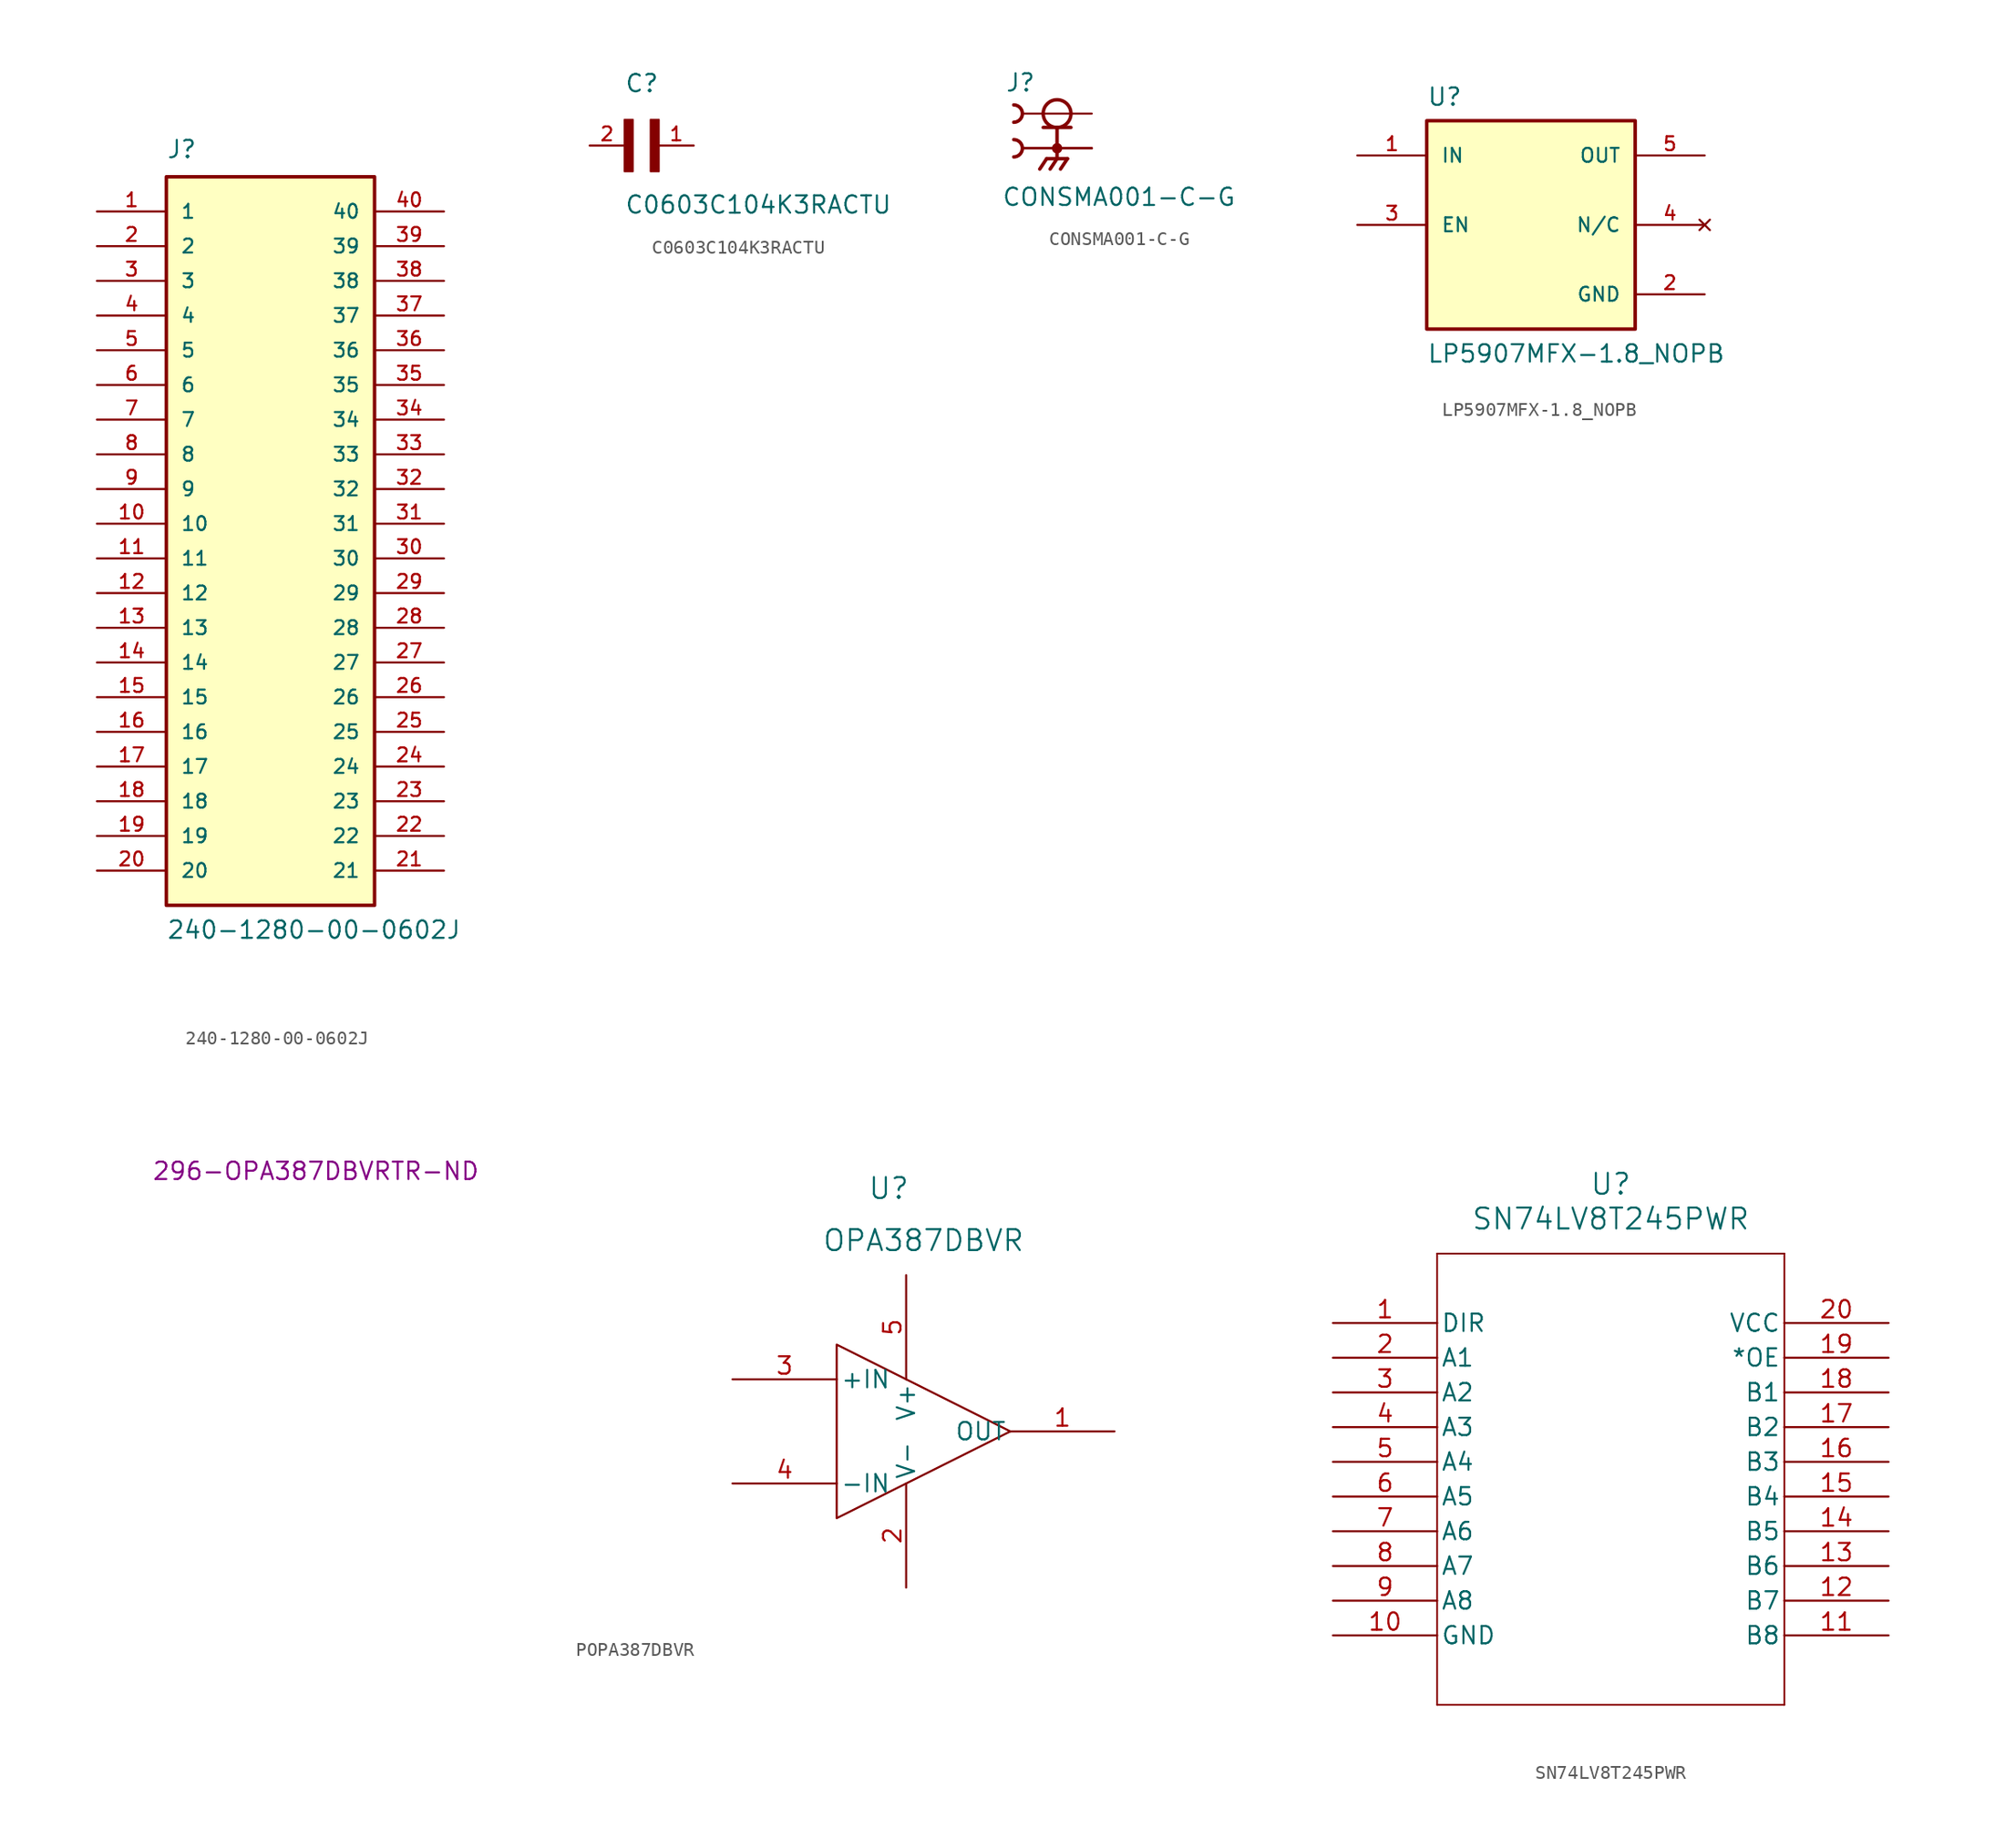
<source format=kicad_sym>
(kicad_symbol_lib
  (version 20231120)
  (generator "kicad_symbol_editor")
  (generator_version "8.0")
  (symbol "240-1280-00-0602J"
    (pin_names
      (offset 1.016))
    (property "Reference" "J"
      (at -63.5 27.94 0)
      (effects (font (size 1.27 1.27)) (justify left bottom)))
    (property "Value" "240-1280-00-0602J"
      (at -63.5 -29.21 0)
      (effects (font (size 1.27 1.27)) (justify left bottom)))
    (symbol "240-1280-00-0602J_0_0"
      (rectangle (start -63.5 26.67) (end -48.26 -26.67) (stroke (width 0.254) (type solid)) (fill (type background)))
      (pin passive line (at -68.58 24.13 0) (length 5.08) (name "1" (effects (font (size 1.016 1.016)))) (number "1" (effects (font (size 1.016 1.016)))))
      (pin passive line (at -68.58 1.27 0) (length 5.08) (name "10" (effects (font (size 1.016 1.016)))) (number "10" (effects (font (size 1.016 1.016)))))
      (pin passive line (at -68.58 -1.27 0) (length 5.08) (name "11" (effects (font (size 1.016 1.016)))) (number "11" (effects (font (size 1.016 1.016)))))
      (pin passive line (at -68.58 -3.81 0) (length 5.08) (name "12" (effects (font (size 1.016 1.016)))) (number "12" (effects (font (size 1.016 1.016)))))
      (pin passive line (at -68.58 -6.35 0) (length 5.08) (name "13" (effects (font (size 1.016 1.016)))) (number "13" (effects (font (size 1.016 1.016)))))
      (pin passive line (at -68.58 -8.89 0) (length 5.08) (name "14" (effects (font (size 1.016 1.016)))) (number "14" (effects (font (size 1.016 1.016)))))
      (pin passive line (at -68.58 -11.43 0) (length 5.08) (name "15" (effects (font (size 1.016 1.016)))) (number "15" (effects (font (size 1.016 1.016)))))
      (pin passive line (at -68.58 -13.97 0) (length 5.08) (name "16" (effects (font (size 1.016 1.016)))) (number "16" (effects (font (size 1.016 1.016)))))
      (pin passive line (at -68.58 -16.51 0) (length 5.08) (name "17" (effects (font (size 1.016 1.016)))) (number "17" (effects (font (size 1.016 1.016)))))
      (pin passive line (at -68.58 -19.05 0) (length 5.08) (name "18" (effects (font (size 1.016 1.016)))) (number "18" (effects (font (size 1.016 1.016)))))
      (pin passive line (at -68.58 -21.59 0) (length 5.08) (name "19" (effects (font (size 1.016 1.016)))) (number "19" (effects (font (size 1.016 1.016)))))
      (pin passive line (at -68.58 21.59 0) (length 5.08) (name "2" (effects (font (size 1.016 1.016)))) (number "2" (effects (font (size 1.016 1.016)))))
      (pin passive line (at -68.58 -24.13 0) (length 5.08) (name "20" (effects (font (size 1.016 1.016)))) (number "20" (effects (font (size 1.016 1.016)))))
      (pin passive line (at -43.18 -24.13 180) (length 5.08) (name "21" (effects (font (size 1.016 1.016)))) (number "21" (effects (font (size 1.016 1.016)))))
      (pin passive line (at -43.18 -21.59 180) (length 5.08) (name "22" (effects (font (size 1.016 1.016)))) (number "22" (effects (font (size 1.016 1.016)))))
      (pin passive line (at -43.18 -19.05 180) (length 5.08) (name "23" (effects (font (size 1.016 1.016)))) (number "23" (effects (font (size 1.016 1.016)))))
      (pin passive line (at -43.18 -16.51 180) (length 5.08) (name "24" (effects (font (size 1.016 1.016)))) (number "24" (effects (font (size 1.016 1.016)))))
      (pin passive line (at -43.18 -13.97 180) (length 5.08) (name "25" (effects (font (size 1.016 1.016)))) (number "25" (effects (font (size 1.016 1.016)))))
      (pin passive line (at -43.18 -11.43 180) (length 5.08) (name "26" (effects (font (size 1.016 1.016)))) (number "26" (effects (font (size 1.016 1.016)))))
      (pin passive line (at -43.18 -8.89 180) (length 5.08) (name "27" (effects (font (size 1.016 1.016)))) (number "27" (effects (font (size 1.016 1.016)))))
      (pin passive line (at -43.18 -6.35 180) (length 5.08) (name "28" (effects (font (size 1.016 1.016)))) (number "28" (effects (font (size 1.016 1.016)))))
      (pin passive line (at -43.18 -3.81 180) (length 5.08) (name "29" (effects (font (size 1.016 1.016)))) (number "29" (effects (font (size 1.016 1.016)))))
      (pin passive line (at -68.58 19.05 0) (length 5.08) (name "3" (effects (font (size 1.016 1.016)))) (number "3" (effects (font (size 1.016 1.016)))))
      (pin passive line (at -43.18 -1.27 180) (length 5.08) (name "30" (effects (font (size 1.016 1.016)))) (number "30" (effects (font (size 1.016 1.016)))))
      (pin passive line (at -43.18 1.27 180) (length 5.08) (name "31" (effects (font (size 1.016 1.016)))) (number "31" (effects (font (size 1.016 1.016)))))
      (pin passive line (at -43.18 3.81 180) (length 5.08) (name "32" (effects (font (size 1.016 1.016)))) (number "32" (effects (font (size 1.016 1.016)))))
      (pin passive line (at -43.18 6.35 180) (length 5.08) (name "33" (effects (font (size 1.016 1.016)))) (number "33" (effects (font (size 1.016 1.016)))))
      (pin passive line (at -43.18 8.89 180) (length 5.08) (name "34" (effects (font (size 1.016 1.016)))) (number "34" (effects (font (size 1.016 1.016)))))
      (pin passive line (at -43.18 11.43 180) (length 5.08) (name "35" (effects (font (size 1.016 1.016)))) (number "35" (effects (font (size 1.016 1.016)))))
      (pin passive line (at -43.18 13.97 180) (length 5.08) (name "36" (effects (font (size 1.016 1.016)))) (number "36" (effects (font (size 1.016 1.016)))))
      (pin passive line (at -43.18 16.51 180) (length 5.08) (name "37" (effects (font (size 1.016 1.016)))) (number "37" (effects (font (size 1.016 1.016)))))
      (pin passive line (at -43.18 19.05 180) (length 5.08) (name "38" (effects (font (size 1.016 1.016)))) (number "38" (effects (font (size 1.016 1.016)))))
      (pin passive line (at -43.18 21.59 180) (length 5.08) (name "39" (effects (font (size 1.016 1.016)))) (number "39" (effects (font (size 1.016 1.016)))))
      (pin passive line (at -68.58 16.51 0) (length 5.08) (name "4" (effects (font (size 1.016 1.016)))) (number "4" (effects (font (size 1.016 1.016)))))
      (pin passive line (at -43.18 24.13 180) (length 5.08) (name "40" (effects (font (size 1.016 1.016)))) (number "40" (effects (font (size 1.016 1.016)))))
      (pin passive line (at -68.58 13.97 0) (length 5.08) (name "5" (effects (font (size 1.016 1.016)))) (number "5" (effects (font (size 1.016 1.016)))))
      (pin passive line (at -68.58 11.43 0) (length 5.08) (name "6" (effects (font (size 1.016 1.016)))) (number "6" (effects (font (size 1.016 1.016)))))
      (pin passive line (at -68.58 8.89 0) (length 5.08) (name "7" (effects (font (size 1.016 1.016)))) (number "7" (effects (font (size 1.016 1.016)))))
      (pin passive line (at -68.58 6.35 0) (length 5.08) (name "8" (effects (font (size 1.016 1.016)))) (number "8" (effects (font (size 1.016 1.016)))))
      (pin passive line (at -68.58 3.81 0) (length 5.08) (name "9" (effects (font (size 1.016 1.016)))) (number "9" (effects (font (size 1.016 1.016)))))))
  (symbol "C0603C104K3RACTU"
    (pin_names
      (offset 1.016))
    (property "Reference" "C"
      (at 0 3.81 0)
      (effects (font (size 1.27 1.27)) (justify left bottom)))
    (property "Value" "C0603C104K3RACTU"
      (at 0 -5.08 0)
      (effects (font (size 1.27 1.27)) (justify left bottom)))
    (symbol "C0603C104K3RACTU_0_0"
      (rectangle (start 0 -1.905) (end 0.635 1.905) (stroke (width 0.1) (type default)) (fill (type outline)))
      (rectangle (start 1.905 -1.905) (end 2.54 1.905) (stroke (width 0.1) (type default)) (fill (type outline)))
      (pin passive line (at 5.08 0 180) (length 2.54) (name "~" (effects (font (size 1.016 1.016)))) (number "1" (effects (font (size 1.016 1.016)))))
      (pin passive line (at -2.54 0 0) (length 2.54) (name "~" (effects (font (size 1.016 1.016)))) (number "2" (effects (font (size 1.016 1.016)))))))
  (symbol "CONSMA001-C-G"
    (pin_numbers hide)
    (pin_names
      (offset 1.016) hide)
    (property "Reference" "J"
      (at -3.81 1.524 0)
      (effects (font (size 1.27 1.27)) (justify left bottom)))
    (property "Value" "CONSMA001-C-G"
      (at -4.064 -6.858 0)
      (effects (font (size 1.27 1.27)) (justify left bottom)))
    (symbol "CONSMA001-C-G_0_0"
      (arc (start -3.175 -3.175) (mid -2.5427 -2.54) (end -3.175 -1.905) (stroke (width 0.254) (type solid)) (fill (type none)))
      (arc (start -3.175 -0.635) (mid -2.5427 0) (end -3.175 0.635) (stroke (width 0.254) (type solid)) (fill (type none)))
      (circle (center 0 -2.54) (radius 0.254) (stroke (width 0.254) (type solid)) (fill (type none)))
      (polyline (pts (xy -1.016 -1.016) (xy 0 -1.016)) (stroke (width 0.254) (type solid)) (fill (type none)))
      (polyline (pts (xy -0.762 -3.302) (xy -1.27 -4.064)) (stroke (width 0.254) (type solid)) (fill (type none)))
      (polyline (pts (xy 0 -3.302) (xy -0.762 -3.302)) (stroke (width 0.254) (type solid)) (fill (type none)))
      (polyline (pts (xy 0 -3.302) (xy -0.508 -4.064)) (stroke (width 0.254) (type solid)) (fill (type none)))
      (polyline (pts (xy 0 -3.302) (xy 0.762 -3.302)) (stroke (width 0.254) (type solid)) (fill (type none)))
      (polyline (pts (xy 0 -1.016) (xy 0 -3.302)) (stroke (width 0.254) (type solid)) (fill (type none)))
      (polyline (pts (xy 0 -1.016) (xy 1.016 -1.016)) (stroke (width 0.254) (type solid)) (fill (type none)))
      (polyline (pts (xy 0.762 -3.302) (xy 0.254 -4.064)) (stroke (width 0.254) (type solid)) (fill (type none)))
      (circle (center 0 0) (radius 1.016) (stroke (width 0.254) (type solid)) (fill (type none)))
      (pin passive line (at 2.54 0 180) (length 5.08) (name "~" (effects (font (size 1.016 1.016)))) (number "1" (effects (font (size 1.016 1.016)))))
      (pin passive line (at 2.54 -2.54 180) (length 5.08) (name "~" (effects (font (size 1.016 1.016)))) (number "S1" (effects (font (size 1.016 1.016)))))
      (pin passive line (at 2.54 -2.54 180) (length 5.08) (name "~" (effects (font (size 1.016 1.016)))) (number "S2" (effects (font (size 1.016 1.016)))))
      (pin passive line (at 2.54 -2.54 180) (length 5.08) (name "~" (effects (font (size 1.016 1.016)))) (number "S3" (effects (font (size 1.016 1.016)))))
      (pin passive line (at 2.54 -2.54 180) (length 5.08) (name "~" (effects (font (size 1.016 1.016)))) (number "S4" (effects (font (size 1.016 1.016)))))))
  (symbol "LP5907MFX-1.8_NOPB"
    (pin_names
      (offset 1.016))
    (property "Reference" "U"
      (at -7.62 8.62 0)
      (effects (font (size 1.27 1.27)) (justify left bottom)))
    (property "Value" "LP5907MFX-1.8_NOPB"
      (at -7.62 -10.16 0)
      (effects (font (size 1.27 1.27)) (justify left bottom)))
    (symbol "LP5907MFX-1.8_NOPB_0_0"
      (rectangle (start -7.62 -7.62) (end 7.62 7.62) (stroke (width 0.254) (type default)) (fill (type background)))
      (pin input line (at -12.7 5.08 0) (length 5.08) (name "IN" (effects (font (size 1.016 1.016)))) (number "1" (effects (font (size 1.016 1.016)))))
      (pin power_in line (at 12.7 -5.08 180) (length 5.08) (name "GND" (effects (font (size 1.016 1.016)))) (number "2" (effects (font (size 1.016 1.016)))))
      (pin input line (at -12.7 0 0) (length 5.08) (name "EN" (effects (font (size 1.016 1.016)))) (number "3" (effects (font (size 1.016 1.016)))))
      (pin no_connect line (at 12.7 0 180) (length 5.08) (name "N/C" (effects (font (size 1.016 1.016)))) (number "4" (effects (font (size 1.016 1.016)))))
      (pin output line (at 12.7 5.08 180) (length 5.08) (name "OUT" (effects (font (size 1.016 1.016)))) (number "5" (effects (font (size 1.016 1.016)))))))
  (symbol "POPA387DBVR"
    (pin_names
      (offset 0.254))
    (property "Reference" "U"
      (at 41.91 -1.27 0)
      (effects (font (size 1.524 1.524))))
    (property "Value" "OPA387DBVR"
      (at 44.45 -5.08 0)
      (effects (font (size 1.524 1.524))))
    (property "DigiKey Part #" "296-OPA387DBVRTR-ND"
      (at 0 0 0)
      (effects (font (size 1.27 1.27))))
    (symbol "POPA387DBVR_1_1"
      (polyline (pts (xy 38.1 -12.7) (xy 50.8 -19.05) (xy 38.1 -25.4) (xy 38.1 -12.7)) (stroke (width 0) (type default)) (fill (type none)))
      (pin output line (at 58.42 -19.05 180) (length 7.62) (name "OUT" (effects (font (size 1.27 1.27)))) (number "1" (effects (font (size 1.27 1.27)))))
      (pin power_in line (at 43.18 -30.48 90) (length 7.62) (name "V-" (effects (font (size 1.27 1.27)))) (number "2" (effects (font (size 1.27 1.27)))))
      (pin input line (at 30.48 -15.24 0) (length 7.62) (name "+IN" (effects (font (size 1.27 1.27)))) (number "3" (effects (font (size 1.27 1.27)))))
      (pin input line (at 30.48 -22.86 0) (length 7.62) (name "-IN" (effects (font (size 1.27 1.27)))) (number "4" (effects (font (size 1.27 1.27)))))
      (pin power_in line (at 43.18 -7.62 270) (length 7.62) (name "V+" (effects (font (size 1.27 1.27)))) (number "5" (effects (font (size 1.27 1.27)))))))
  (symbol "SN74LV8T245PWR"
    (pin_names
      (offset 0.254))
    (property "Reference" "U"
      (at 20.32 10.16 0)
      (effects (font (size 1.524 1.524))))
    (property "Value" "SN74LV8T245PWR"
      (at 20.32 7.62 0)
      (effects (font (size 1.524 1.524))))
    (symbol "SN74LV8T245PWR_0_1"
      (polyline (pts (xy 7.62 -27.94) (xy 33.02 -27.94)) (stroke (width 0.127) (type default)) (fill (type none)))
      (polyline (pts (xy 7.62 5.08) (xy 7.62 -27.94)) (stroke (width 0.127) (type default)) (fill (type none)))
      (polyline (pts (xy 33.02 -27.94) (xy 33.02 5.08)) (stroke (width 0.127) (type default)) (fill (type none)))
      (polyline (pts (xy 33.02 5.08) (xy 7.62 5.08)) (stroke (width 0.127) (type default)) (fill (type none)))
      (pin input line (at 0 0 0) (length 7.62) (name "DIR" (effects (font (size 1.27 1.27)))) (number "1" (effects (font (size 1.27 1.27)))))
      (pin power_out line (at 0 -22.86 0) (length 7.62) (name "GND" (effects (font (size 1.27 1.27)))) (number "10" (effects (font (size 1.27 1.27)))))
      (pin bidirectional line (at 40.64 -22.86 180) (length 7.62) (name "B8" (effects (font (size 1.27 1.27)))) (number "11" (effects (font (size 1.27 1.27)))))
      (pin bidirectional line (at 40.64 -20.32 180) (length 7.62) (name "B7" (effects (font (size 1.27 1.27)))) (number "12" (effects (font (size 1.27 1.27)))))
      (pin bidirectional line (at 40.64 -17.78 180) (length 7.62) (name "B6" (effects (font (size 1.27 1.27)))) (number "13" (effects (font (size 1.27 1.27)))))
      (pin bidirectional line (at 40.64 -15.24 180) (length 7.62) (name "B5" (effects (font (size 1.27 1.27)))) (number "14" (effects (font (size 1.27 1.27)))))
      (pin bidirectional line (at 40.64 -12.7 180) (length 7.62) (name "B4" (effects (font (size 1.27 1.27)))) (number "15" (effects (font (size 1.27 1.27)))))
      (pin bidirectional line (at 40.64 -10.16 180) (length 7.62) (name "B3" (effects (font (size 1.27 1.27)))) (number "16" (effects (font (size 1.27 1.27)))))
      (pin bidirectional line (at 40.64 -7.62 180) (length 7.62) (name "B2" (effects (font (size 1.27 1.27)))) (number "17" (effects (font (size 1.27 1.27)))))
      (pin bidirectional line (at 40.64 -5.08 180) (length 7.62) (name "B1" (effects (font (size 1.27 1.27)))) (number "18" (effects (font (size 1.27 1.27)))))
      (pin input line (at 40.64 -2.54 180) (length 7.62) (name "*OE" (effects (font (size 1.27 1.27)))) (number "19" (effects (font (size 1.27 1.27)))))
      (pin bidirectional line (at 0 -2.54 0) (length 7.62) (name "A1" (effects (font (size 1.27 1.27)))) (number "2" (effects (font (size 1.27 1.27)))))
      (pin power_in line (at 40.64 0 180) (length 7.62) (name "VCC" (effects (font (size 1.27 1.27)))) (number "20" (effects (font (size 1.27 1.27)))))
      (pin bidirectional line (at 0 -5.08 0) (length 7.62) (name "A2" (effects (font (size 1.27 1.27)))) (number "3" (effects (font (size 1.27 1.27)))))
      (pin bidirectional line (at 0 -7.62 0) (length 7.62) (name "A3" (effects (font (size 1.27 1.27)))) (number "4" (effects (font (size 1.27 1.27)))))
      (pin bidirectional line (at 0 -10.16 0) (length 7.62) (name "A4" (effects (font (size 1.27 1.27)))) (number "5" (effects (font (size 1.27 1.27)))))
      (pin bidirectional line (at 0 -12.7 0) (length 7.62) (name "A5" (effects (font (size 1.27 1.27)))) (number "6" (effects (font (size 1.27 1.27)))))
      (pin bidirectional line (at 0 -15.24 0) (length 7.62) (name "A6" (effects (font (size 1.27 1.27)))) (number "7" (effects (font (size 1.27 1.27)))))
      (pin bidirectional line (at 0 -17.78 0) (length 7.62) (name "A7" (effects (font (size 1.27 1.27)))) (number "8" (effects (font (size 1.27 1.27)))))
      (pin bidirectional line (at 0 -20.32 0) (length 7.62) (name "A8" (effects (font (size 1.27 1.27)))) (number "9" (effects (font (size 1.27 1.27))))))))
</source>
